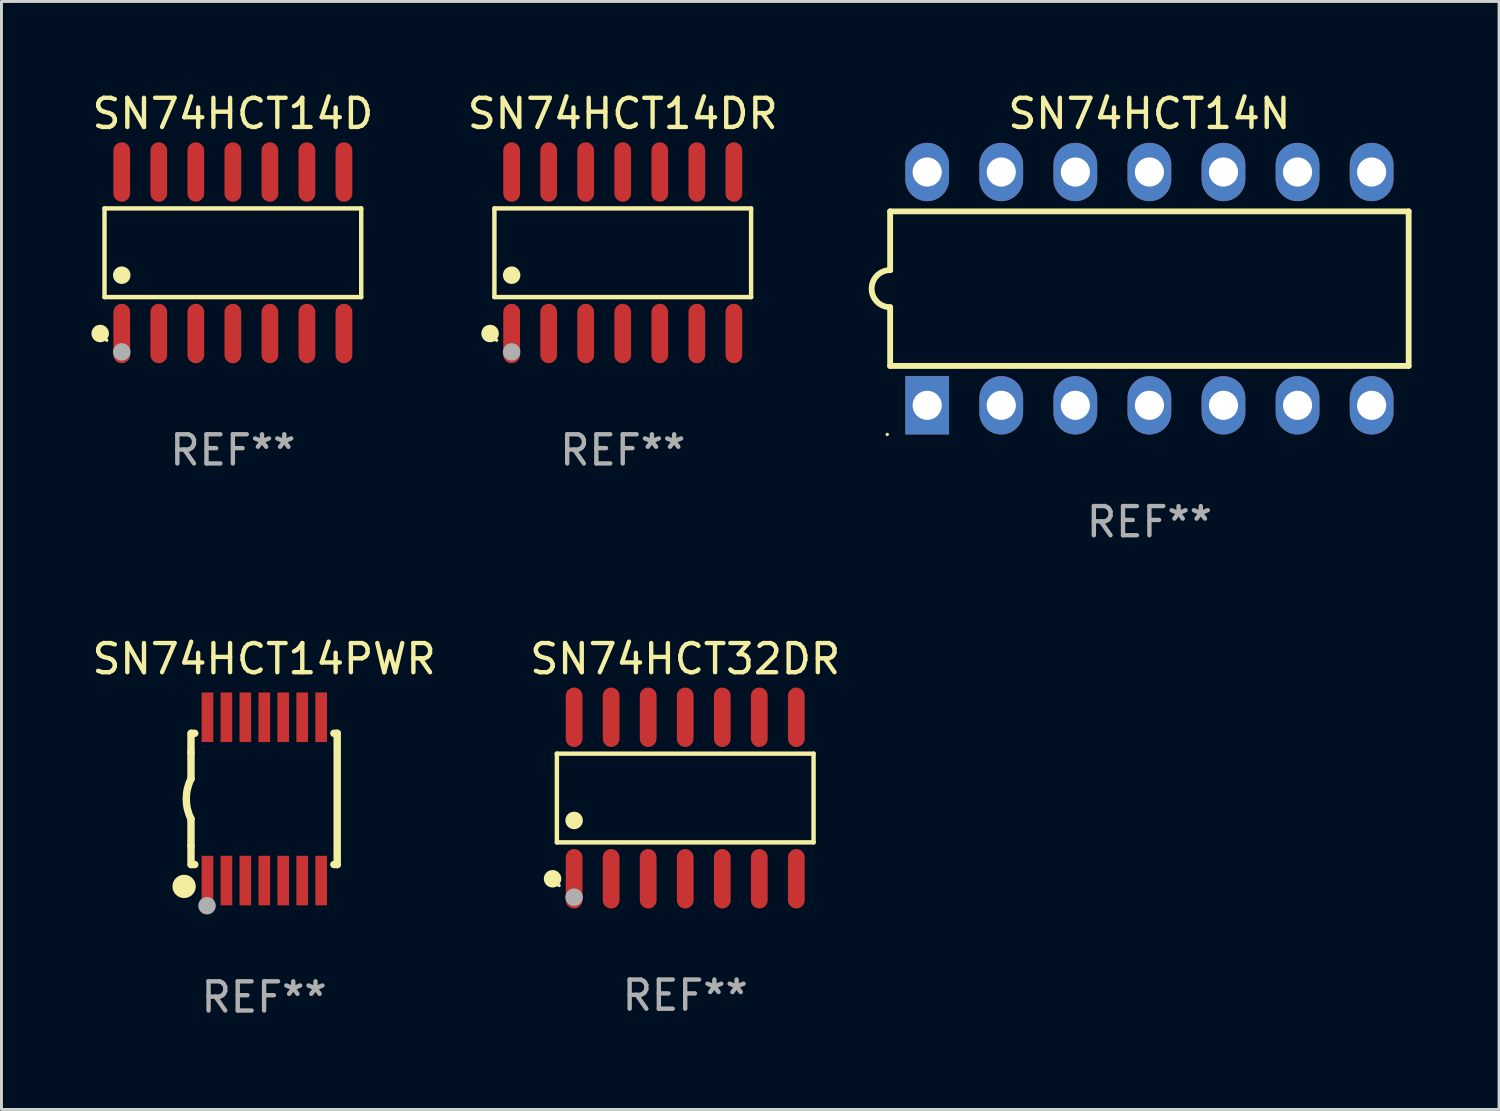
<source format=kicad_pcb>
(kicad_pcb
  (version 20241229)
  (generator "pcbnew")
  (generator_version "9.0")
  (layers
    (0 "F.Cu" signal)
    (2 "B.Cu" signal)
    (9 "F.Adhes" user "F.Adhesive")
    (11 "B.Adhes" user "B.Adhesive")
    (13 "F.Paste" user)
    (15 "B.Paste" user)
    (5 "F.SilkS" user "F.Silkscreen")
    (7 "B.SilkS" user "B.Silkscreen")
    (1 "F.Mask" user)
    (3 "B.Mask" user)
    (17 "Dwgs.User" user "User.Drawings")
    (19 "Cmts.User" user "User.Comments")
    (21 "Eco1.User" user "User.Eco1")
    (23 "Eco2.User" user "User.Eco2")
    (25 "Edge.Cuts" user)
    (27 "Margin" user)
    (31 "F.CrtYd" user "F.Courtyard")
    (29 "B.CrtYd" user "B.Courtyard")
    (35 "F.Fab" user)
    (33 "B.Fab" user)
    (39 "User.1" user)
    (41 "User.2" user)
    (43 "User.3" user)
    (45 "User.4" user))
  (footprint "SN74HCT14N"
    (layer "F.Cu")
    (at 36.363 6.848)
    (property "Reference" "SN74HCT14N" (at 0 -6 0) (layer "F.SilkS") (effects (font (size 1 1) (thickness 0.15))))
    (attr through_hole)
    (fp_line (start -8.89 -2.65) (end -8.89 -0.635) (stroke (width 0.2) (type solid)) (layer "F.SilkS"))
    (fp_line (start -8.89 0.635) (end -8.89 2.65) (stroke (width 0.2) (type solid)) (layer "F.SilkS"))
    (fp_line (start -8.89 2.65) (end 8.89 2.65) (stroke (width 0.2) (type solid)) (layer "F.SilkS"))
    (fp_line (start 8.89 -2.65) (end -8.89 -2.65) (stroke (width 0.2) (type solid)) (layer "F.SilkS"))
    (fp_line (start 8.89 2.65) (end 8.89 -2.65) (stroke (width 0.2) (type solid)) (layer "F.SilkS"))
    (fp_arc (start -8.890018 0.635001) (mid -9.525019 0) (end -8.890018 -0.635001) (stroke (width 0.2) (type solid)) (layer "F.SilkS"))
    (fp_circle (center -8.99 5) (end -8.96 5) (stroke (width 0.06) (type solid)) (fill no) (layer "F.SilkS"))
    (fp_text user "REF**" (at 0 8 0) (layer "F.Fab") (effects (font (size 1 1) (thickness 0.15))))
    (pad "1" thru_hole rect (at -7.62 4 90) (size 2 1.5) (drill 1) (layers "*.Cu" "*.Mask"))
    (pad "2" thru_hole oval (at -5.08 4 90) (size 2 1.5) (drill 1) (layers "*.Cu" "*.Mask"))
    (pad "3" thru_hole oval (at -2.54 4 90) (size 2 1.5) (drill 1) (layers "*.Cu" "*.Mask"))
    (pad "4" thru_hole oval (at 0 4 90) (size 2 1.5) (drill 1) (layers "*.Cu" "*.Mask"))
    (pad "5" thru_hole oval (at 2.54 4 90) (size 2 1.5) (drill 1) (layers "*.Cu" "*.Mask"))
    (pad "6" thru_hole oval (at 5.08 4 90) (size 2 1.5) (drill 1) (layers "*.Cu" "*.Mask"))
    (pad "7" thru_hole oval (at 7.62 4 90) (size 2 1.5) (drill 1) (layers "*.Cu" "*.Mask"))
    (pad "8" thru_hole oval (at 7.62 -4 90) (size 2 1.5) (drill 1) (layers "*.Cu" "*.Mask"))
    (pad "9" thru_hole oval (at 5.08 -4 90) (size 2 1.5) (drill 1) (layers "*.Cu" "*.Mask"))
    (pad "10" thru_hole oval (at 2.54 -4 90) (size 2 1.5) (drill 1) (layers "*.Cu" "*.Mask"))
    (pad "11" thru_hole oval (at 0 -4 90) (size 2 1.5) (drill 1) (layers "*.Cu" "*.Mask"))
    (pad "12" thru_hole oval (at -2.54 -4 90) (size 2 1.5) (drill 1) (layers "*.Cu" "*.Mask"))
    (pad "13" thru_hole oval (at -5.08 -4 90) (size 2 1.5) (drill 1) (layers "*.Cu" "*.Mask"))
    (pad "14" thru_hole oval (at -7.62 -4 90) (size 2 1.5) (drill 1) (layers "*.Cu" "*.Mask")))
  (footprint "SN74HCT32DR"
    (layer "F.Cu")
    (at 20.446 24.314)
    (property "Reference" "SN74HCT32DR" (at 0 -4.769 0) (layer "F.SilkS") (effects (font (size 1 1) (thickness 0.15))))
    (attr through_hole)
    (fp_line (start -4.401 -1.521) (end 4.401 -1.521) (stroke (width 0.152) (type solid)) (layer "F.SilkS"))
    (fp_line (start -4.401 1.521) (end -4.401 -1.521) (stroke (width 0.152) (type solid)) (layer "F.SilkS"))
    (fp_line (start 4.401 -1.521) (end 4.401 1.521) (stroke (width 0.152) (type solid)) (layer "F.SilkS"))
    (fp_line (start 4.401 1.521) (end -4.401 1.521) (stroke (width 0.152) (type solid)) (layer "F.SilkS"))
    (fp_circle (center -4.549 2.769) (end -4.399 2.769) (stroke (width 0.3) (type solid)) (fill no) (layer "F.SilkS"))
    (fp_circle (center -4.325 3) (end -4.295 3) (stroke (width 0.06) (type solid)) (fill no) (layer "F.SilkS"))
    (fp_circle (center -3.81 0.769) (end -3.66 0.769) (stroke (width 0.3) (type solid)) (fill no) (layer "F.SilkS"))
    (fp_circle (center -3.81 3.4) (end -3.66 3.4) (stroke (width 0.3) (type solid)) (fill no) (layer "F.Fab"))
    (fp_text user "REF**" (at 0 6.769 0) (layer "F.Fab") (effects (font (size 1 1) (thickness 0.15))))
    (pad "1" smd oval (at -3.81 2.769) (size 0.574 2.038) (layers "F.Cu" "F.Mask" "F.Paste"))
    (pad "2" smd oval (at -2.54 2.769) (size 0.574 2.038) (layers "F.Cu" "F.Mask" "F.Paste"))
    (pad "3" smd oval (at -1.27 2.769) (size 0.574 2.038) (layers "F.Cu" "F.Mask" "F.Paste"))
    (pad "4" smd oval (at 0 2.769) (size 0.574 2.038) (layers "F.Cu" "F.Mask" "F.Paste"))
    (pad "5" smd oval (at 1.27 2.769) (size 0.574 2.038) (layers "F.Cu" "F.Mask" "F.Paste"))
    (pad "6" smd oval (at 2.54 2.769) (size 0.574 2.038) (layers "F.Cu" "F.Mask" "F.Paste"))
    (pad "7" smd oval (at 3.81 2.769) (size 0.574 2.038) (layers "F.Cu" "F.Mask" "F.Paste"))
    (pad "8" smd oval (at 3.81 -2.769) (size 0.574 2.038) (layers "F.Cu" "F.Mask" "F.Paste"))
    (pad "9" smd oval (at 2.54 -2.769) (size 0.574 2.038) (layers "F.Cu" "F.Mask" "F.Paste"))
    (pad "10" smd oval (at 1.27 -2.769) (size 0.574 2.038) (layers "F.Cu" "F.Mask" "F.Paste"))
    (pad "11" smd oval (at 0 -2.769) (size 0.574 2.038) (layers "F.Cu" "F.Mask" "F.Paste"))
    (pad "12" smd oval (at -1.27 -2.769) (size 0.574 2.038) (layers "F.Cu" "F.Mask" "F.Paste"))
    (pad "13" smd oval (at -2.54 -2.769) (size 0.574 2.038) (layers "F.Cu" "F.Mask" "F.Paste"))
    (pad "14" smd oval (at -3.81 -2.769) (size 0.574 2.038) (layers "F.Cu" "F.Mask" "F.Paste")))
  (footprint "SN74HCT14DR"
    (layer "F.Cu")
    (at 18.304 5.617)
    (property "Reference" "SN74HCT14DR" (at 0 -4.769 0) (layer "F.SilkS") (effects (font (size 1 1) (thickness 0.15))))
    (attr through_hole)
    (fp_line (start -4.401 -1.521) (end 4.401 -1.521) (stroke (width 0.152) (type solid)) (layer "F.SilkS"))
    (fp_line (start -4.401 1.521) (end -4.401 -1.521) (stroke (width 0.152) (type solid)) (layer "F.SilkS"))
    (fp_line (start 4.401 -1.521) (end 4.401 1.521) (stroke (width 0.152) (type solid)) (layer "F.SilkS"))
    (fp_line (start 4.401 1.521) (end -4.401 1.521) (stroke (width 0.152) (type solid)) (layer "F.SilkS"))
    (fp_circle (center -4.549 2.769) (end -4.399 2.769) (stroke (width 0.3) (type solid)) (fill no) (layer "F.SilkS"))
    (fp_circle (center -4.325 3) (end -4.295 3) (stroke (width 0.06) (type solid)) (fill no) (layer "F.SilkS"))
    (fp_circle (center -3.81 0.769) (end -3.66 0.769) (stroke (width 0.3) (type solid)) (fill no) (layer "F.SilkS"))
    (fp_circle (center -3.81 3.4) (end -3.66 3.4) (stroke (width 0.3) (type solid)) (fill no) (layer "F.Fab"))
    (fp_text user "REF**" (at 0 6.769 0) (layer "F.Fab") (effects (font (size 1 1) (thickness 0.15))))
    (pad "1" smd oval (at -3.81 2.769) (size 0.574 2.038) (layers "F.Cu" "F.Mask" "F.Paste"))
    (pad "2" smd oval (at -2.54 2.769) (size 0.574 2.038) (layers "F.Cu" "F.Mask" "F.Paste"))
    (pad "3" smd oval (at -1.27 2.769) (size 0.574 2.038) (layers "F.Cu" "F.Mask" "F.Paste"))
    (pad "4" smd oval (at 0 2.769) (size 0.574 2.038) (layers "F.Cu" "F.Mask" "F.Paste"))
    (pad "5" smd oval (at 1.27 2.769) (size 0.574 2.038) (layers "F.Cu" "F.Mask" "F.Paste"))
    (pad "6" smd oval (at 2.54 2.769) (size 0.574 2.038) (layers "F.Cu" "F.Mask" "F.Paste"))
    (pad "7" smd oval (at 3.81 2.769) (size 0.574 2.038) (layers "F.Cu" "F.Mask" "F.Paste"))
    (pad "8" smd oval (at 3.81 -2.769) (size 0.574 2.038) (layers "F.Cu" "F.Mask" "F.Paste"))
    (pad "9" smd oval (at 2.54 -2.769) (size 0.574 2.038) (layers "F.Cu" "F.Mask" "F.Paste"))
    (pad "10" smd oval (at 1.27 -2.769) (size 0.574 2.038) (layers "F.Cu" "F.Mask" "F.Paste"))
    (pad "11" smd oval (at 0 -2.769) (size 0.574 2.038) (layers "F.Cu" "F.Mask" "F.Paste"))
    (pad "12" smd oval (at -1.27 -2.769) (size 0.574 2.038) (layers "F.Cu" "F.Mask" "F.Paste"))
    (pad "13" smd oval (at -2.54 -2.769) (size 0.574 2.038) (layers "F.Cu" "F.Mask" "F.Paste"))
    (pad "14" smd oval (at -3.81 -2.769) (size 0.574 2.038) (layers "F.Cu" "F.Mask" "F.Paste")))
  (footprint "SN74HCT14D"
    (layer "F.Cu")
    (at 4.935 5.617)
    (property "Reference" "SN74HCT14D" (at 0 -4.769 0) (layer "F.SilkS") (effects (font (size 1 1) (thickness 0.15))))
    (attr through_hole)
    (fp_line (start -4.401 -1.521) (end 4.401 -1.521) (stroke (width 0.152) (type solid)) (layer "F.SilkS"))
    (fp_line (start -4.401 1.521) (end -4.401 -1.521) (stroke (width 0.152) (type solid)) (layer "F.SilkS"))
    (fp_line (start 4.401 -1.521) (end 4.401 1.521) (stroke (width 0.152) (type solid)) (layer "F.SilkS"))
    (fp_line (start 4.401 1.521) (end -4.401 1.521) (stroke (width 0.152) (type solid)) (layer "F.SilkS"))
    (fp_circle (center -4.549 2.769) (end -4.399 2.769) (stroke (width 0.3) (type solid)) (fill no) (layer "F.SilkS"))
    (fp_circle (center -4.325 3) (end -4.295 3) (stroke (width 0.06) (type solid)) (fill no) (layer "F.SilkS"))
    (fp_circle (center -3.81 0.769) (end -3.66 0.769) (stroke (width 0.3) (type solid)) (fill no) (layer "F.SilkS"))
    (fp_circle (center -3.81 3.4) (end -3.66 3.4) (stroke (width 0.3) (type solid)) (fill no) (layer "F.Fab"))
    (fp_text user "REF**" (at 0 6.769 0) (layer "F.Fab") (effects (font (size 1 1) (thickness 0.15))))
    (pad "1" smd oval (at -3.81 2.769) (size 0.574 2.038) (layers "F.Cu" "F.Mask" "F.Paste"))
    (pad "2" smd oval (at -2.54 2.769) (size 0.574 2.038) (layers "F.Cu" "F.Mask" "F.Paste"))
    (pad "3" smd oval (at -1.27 2.769) (size 0.574 2.038) (layers "F.Cu" "F.Mask" "F.Paste"))
    (pad "4" smd oval (at 0 2.769) (size 0.574 2.038) (layers "F.Cu" "F.Mask" "F.Paste"))
    (pad "5" smd oval (at 1.27 2.769) (size 0.574 2.038) (layers "F.Cu" "F.Mask" "F.Paste"))
    (pad "6" smd oval (at 2.54 2.769) (size 0.574 2.038) (layers "F.Cu" "F.Mask" "F.Paste"))
    (pad "7" smd oval (at 3.81 2.769) (size 0.574 2.038) (layers "F.Cu" "F.Mask" "F.Paste"))
    (pad "8" smd oval (at 3.81 -2.769) (size 0.574 2.038) (layers "F.Cu" "F.Mask" "F.Paste"))
    (pad "9" smd oval (at 2.54 -2.769) (size 0.574 2.038) (layers "F.Cu" "F.Mask" "F.Paste"))
    (pad "10" smd oval (at 1.27 -2.769) (size 0.574 2.038) (layers "F.Cu" "F.Mask" "F.Paste"))
    (pad "11" smd oval (at 0 -2.769) (size 0.574 2.038) (layers "F.Cu" "F.Mask" "F.Paste"))
    (pad "12" smd oval (at -1.27 -2.769) (size 0.574 2.038) (layers "F.Cu" "F.Mask" "F.Paste"))
    (pad "13" smd oval (at -2.54 -2.769) (size 0.574 2.038) (layers "F.Cu" "F.Mask" "F.Paste"))
    (pad "14" smd oval (at -3.81 -2.769) (size 0.574 2.038) (layers "F.Cu" "F.Mask" "F.Paste")))
  (footprint "SN74HCT14PWR"
    (layer "F.Cu")
    (at 6.006 24.345)
    (property "Reference" "SN74HCT14PWR" (at 0 -4.8 0) (layer "F.SilkS") (effects (font (size 1 1) (thickness 0.15))))
    (attr through_hole)
    (fp_line (start -2.507 -1.6) (end -2.507 -2.25) (stroke (width 0.254) (type solid)) (layer "F.SilkS"))
    (fp_line (start -2.507 -0.686) (end -2.507 -1.6) (stroke (width 0.254) (type solid)) (layer "F.SilkS"))
    (fp_line (start -2.507 1.6) (end -2.507 0.686) (stroke (width 0.254) (type solid)) (layer "F.SilkS"))
    (fp_line (start -2.507 1.6) (end -2.507 2.25) (stroke (width 0.254) (type solid)) (layer "F.SilkS"))
    (fp_line (start -2.493 -2.25) (end -2.377 -2.25) (stroke (width 0.254) (type solid)) (layer "F.SilkS"))
    (fp_line (start -2.377 2.25) (end -2.493 2.25) (stroke (width 0.254) (type solid)) (layer "F.SilkS"))
    (fp_line (start 2.392 -2.25) (end 2.507 -2.25) (stroke (width 0.254) (type solid)) (layer "F.SilkS"))
    (fp_line (start 2.507 -2.25) (end 2.507 2.25) (stroke (width 0.254) (type solid)) (layer "F.SilkS"))
    (fp_line (start 2.507 2.25) (end 2.392 2.25) (stroke (width 0.254) (type solid)) (layer "F.SilkS"))
    (fp_arc (start -2.507303 0.685802) (mid -2.669199 0) (end -2.507303 -0.685801) (stroke (width 0.254001) (type solid)) (layer "F.SilkS"))
    (fp_circle (center -2.743 3) (end -2.543 3) (stroke (width 0.4) (type solid)) (fill no) (layer "F.SilkS"))
    (fp_circle (center -2.493 3.2) (end -2.463 3.2) (stroke (width 0.06) (type solid)) (fill no) (layer "F.SilkS"))
    (fp_circle (center -1.957 3.662) (end -1.807 3.662) (stroke (width 0.3) (type solid)) (fill no) (layer "F.Fab"))
    (fp_text user "REF**" (at 0 6.8 0) (layer "F.Fab") (effects (font (size 1 1) (thickness 0.15))))
    (pad "1" smd rect (at -1.943 2.8) (size 0.4 1.7) (layers "F.Cu" "F.Mask" "F.Paste"))
    (pad "2" smd rect (at -1.293 2.8) (size 0.4 1.7) (layers "F.Cu" "F.Mask" "F.Paste"))
    (pad "3" smd rect (at -0.643 2.8) (size 0.4 1.7) (layers "F.Cu" "F.Mask" "F.Paste"))
    (pad "4" smd rect (at 0.007 2.8) (size 0.4 1.7) (layers "F.Cu" "F.Mask" "F.Paste"))
    (pad "5" smd rect (at 0.657 2.8) (size 0.4 1.7) (layers "F.Cu" "F.Mask" "F.Paste"))
    (pad "6" smd rect (at 1.307 2.8) (size 0.4 1.7) (layers "F.Cu" "F.Mask" "F.Paste"))
    (pad "7" smd rect (at 1.957 2.8) (size 0.4 1.7) (layers "F.Cu" "F.Mask" "F.Paste"))
    (pad "8" smd rect (at 1.957 -2.8) (size 0.4 1.7) (layers "F.Cu" "F.Mask" "F.Paste"))
    (pad "9" smd rect (at 1.307 -2.8) (size 0.4 1.7) (layers "F.Cu" "F.Mask" "F.Paste"))
    (pad "10" smd rect (at 0.657 -2.8) (size 0.4 1.7) (layers "F.Cu" "F.Mask" "F.Paste"))
    (pad "11" smd rect (at 0.007 -2.8) (size 0.4 1.7) (layers "F.Cu" "F.Mask" "F.Paste"))
    (pad "12" smd rect (at -0.643 -2.8) (size 0.4 1.7) (layers "F.Cu" "F.Mask" "F.Paste"))
    (pad "13" smd rect (at -1.293 -2.8) (size 0.4 1.7) (layers "F.Cu" "F.Mask" "F.Paste"))
    (pad "14" smd rect (at -1.943 -2.8) (size 0.4 1.7) (layers "F.Cu" "F.Mask" "F.Paste")))
  (gr_rect
    (start -3 -3)
    (end 48.353 34.993)
    (stroke (width 0.1) (type default))
    (fill no)
    (layer "Edge.Cuts")))
</source>
